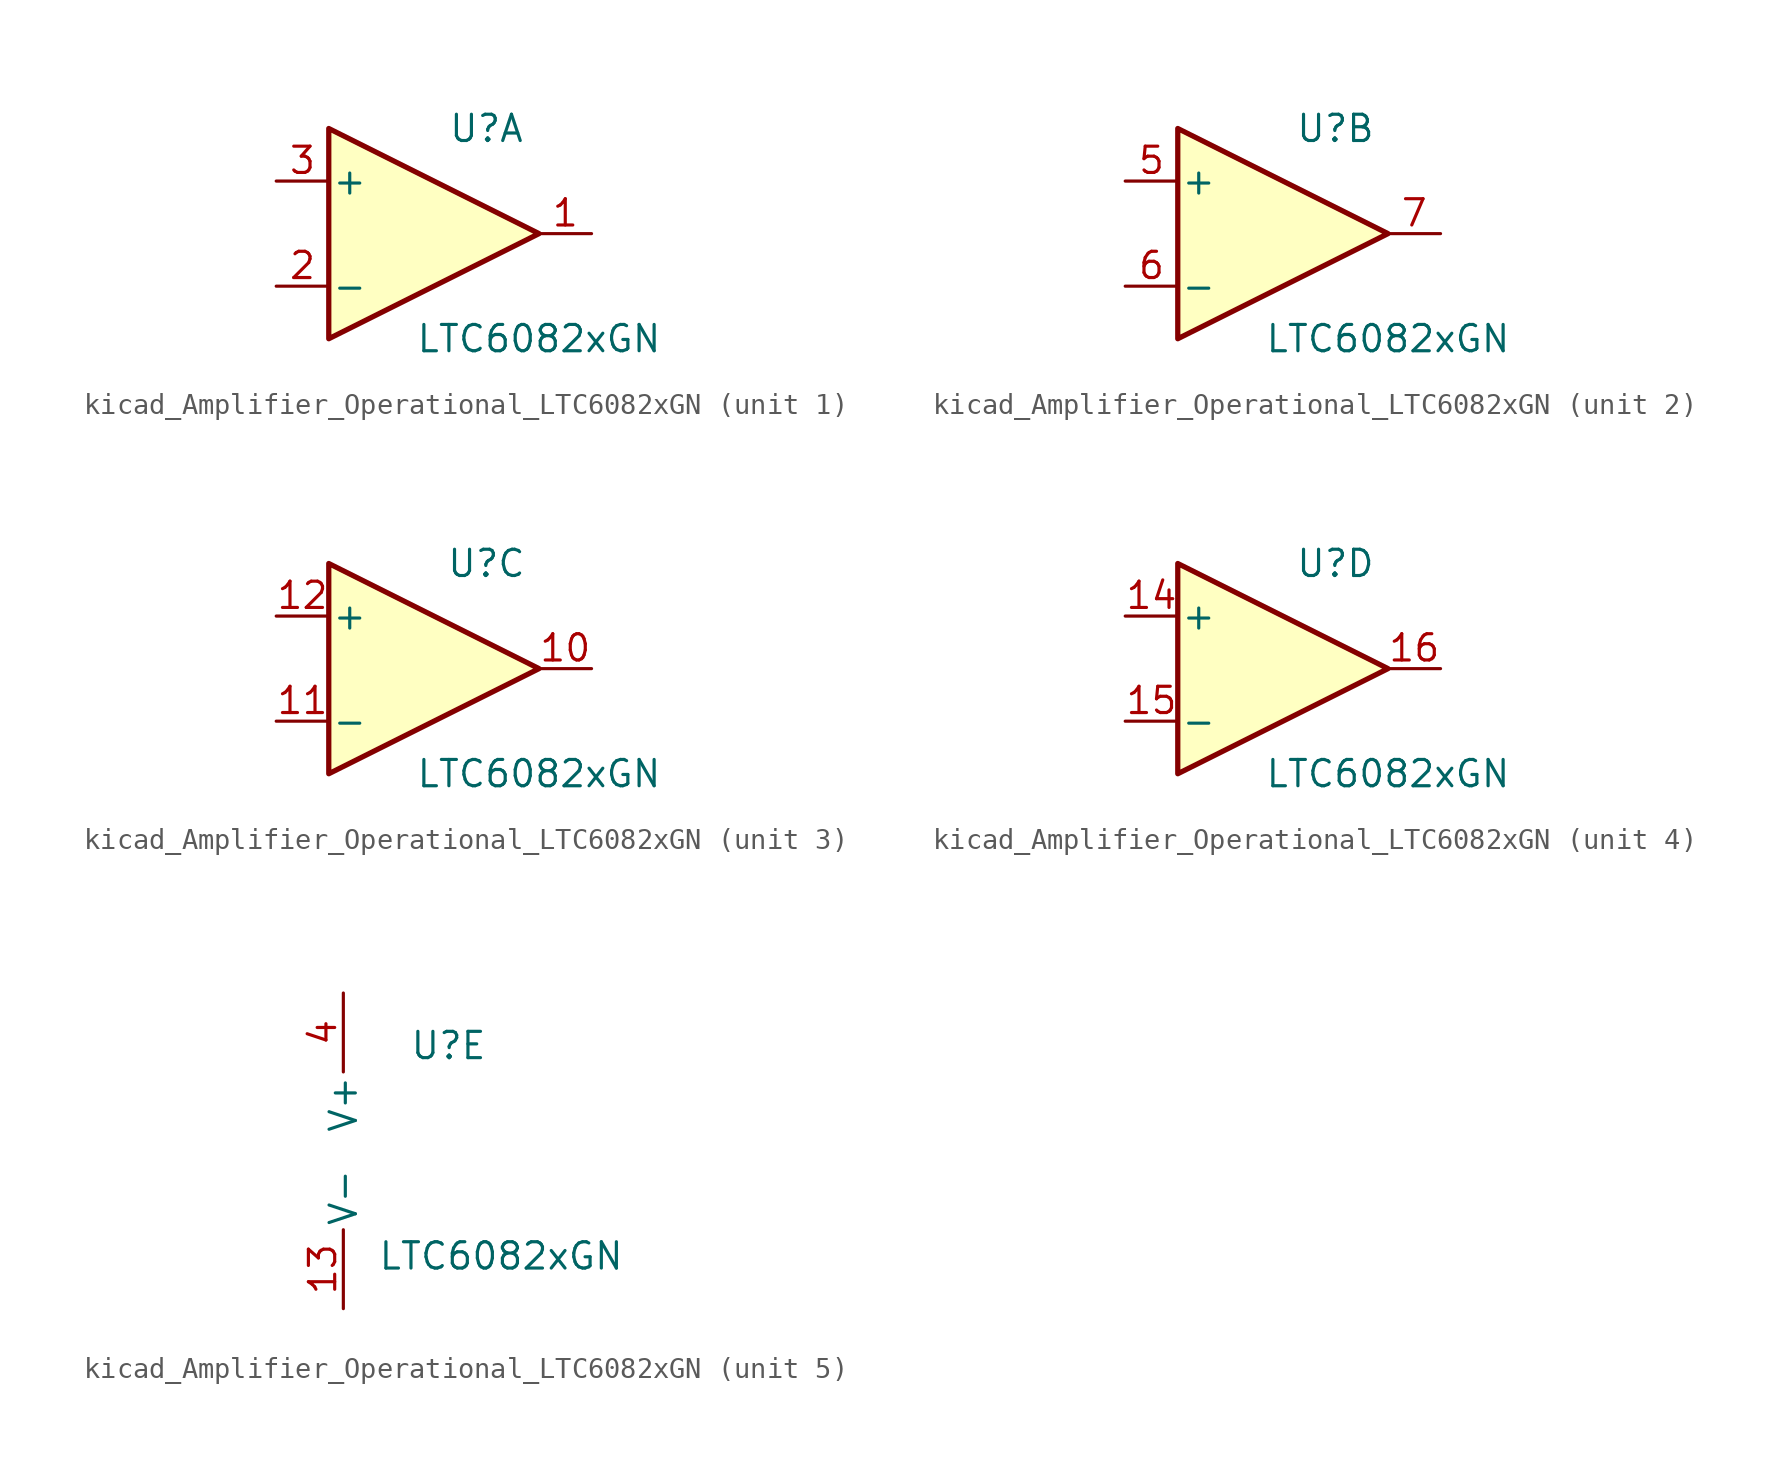
<source format=kicad_sym>
(kicad_symbol_lib
  (version 20220914)
  (generator kicad_symbol_editor)
  (symbol "kicad_Amplifier_Operational_LTC6082xGN"
    (pin_names
      (offset 0.127))
    (property "Reference" "U"
      (at 2.54 5.08 0)
      (effects (font (size 1.27 1.27))))
    (property "Value" "LTC6082xGN"
      (at 5.08 -5.08 0)
      (effects (font (size 1.27 1.27))))
    (property "ki_locked" ""
      (at 0 0 0)
      (effects (font (size 1.27 1.27))))
    (symbol "kicad_Amplifier_Operational_LTC6082xGN_1_1"
      (polyline (pts (xy -5.08 5.08) (xy 5.08 0) (xy -5.08 -5.08) (xy -5.08 5.08)) (stroke (width 0.254) (type default)) (fill (type background)))
      (pin output line (at 7.62 0 180) (length 2.54) (name "~" (effects (font (size 1.27 1.27)))) (number "1" (effects (font (size 1.27 1.27)))))
      (pin input line (at -7.62 -2.54 0) (length 2.54) (name "-" (effects (font (size 1.27 1.27)))) (number "2" (effects (font (size 1.27 1.27)))))
      (pin input line (at -7.62 2.54 0) (length 2.54) (name "+" (effects (font (size 1.27 1.27)))) (number "3" (effects (font (size 1.27 1.27)))))
      (pin no_connect line (at -2.54 -2.54 90) (length 2.54) hide (name "NC" (effects (font (size 1.27 1.27)))) (number "8" (effects (font (size 1.27 1.27)))))
      (pin no_connect line (at 0 -2.54 90) (length 2.54) hide (name "NC" (effects (font (size 1.27 1.27)))) (number "9" (effects (font (size 1.27 1.27))))))
    (symbol "kicad_Amplifier_Operational_LTC6082xGN_2_1"
      (polyline (pts (xy -5.08 5.08) (xy 5.08 0) (xy -5.08 -5.08) (xy -5.08 5.08)) (stroke (width 0.254) (type default)) (fill (type background)))
      (pin input line (at -7.62 2.54 0) (length 2.54) (name "+" (effects (font (size 1.27 1.27)))) (number "5" (effects (font (size 1.27 1.27)))))
      (pin input line (at -7.62 -2.54 0) (length 2.54) (name "-" (effects (font (size 1.27 1.27)))) (number "6" (effects (font (size 1.27 1.27)))))
      (pin output line (at 7.62 0 180) (length 2.54) (name "~" (effects (font (size 1.27 1.27)))) (number "7" (effects (font (size 1.27 1.27))))))
    (symbol "kicad_Amplifier_Operational_LTC6082xGN_3_1"
      (polyline (pts (xy -5.08 5.08) (xy 5.08 0) (xy -5.08 -5.08) (xy -5.08 5.08)) (stroke (width 0.254) (type default)) (fill (type background)))
      (pin output line (at 7.62 0 180) (length 2.54) (name "~" (effects (font (size 1.27 1.27)))) (number "10" (effects (font (size 1.27 1.27)))))
      (pin input line (at -7.62 -2.54 0) (length 2.54) (name "-" (effects (font (size 1.27 1.27)))) (number "11" (effects (font (size 1.27 1.27)))))
      (pin input line (at -7.62 2.54 0) (length 2.54) (name "+" (effects (font (size 1.27 1.27)))) (number "12" (effects (font (size 1.27 1.27))))))
    (symbol "kicad_Amplifier_Operational_LTC6082xGN_4_1"
      (polyline (pts (xy -5.08 5.08) (xy 5.08 0) (xy -5.08 -5.08) (xy -5.08 5.08)) (stroke (width 0.254) (type default)) (fill (type background)))
      (pin input line (at -7.62 2.54 0) (length 2.54) (name "+" (effects (font (size 1.27 1.27)))) (number "14" (effects (font (size 1.27 1.27)))))
      (pin input line (at -7.62 -2.54 0) (length 2.54) (name "-" (effects (font (size 1.27 1.27)))) (number "15" (effects (font (size 1.27 1.27)))))
      (pin output line (at 7.62 0 180) (length 2.54) (name "~" (effects (font (size 1.27 1.27)))) (number "16" (effects (font (size 1.27 1.27))))))
    (symbol "kicad_Amplifier_Operational_LTC6082xGN_5_1"
      (pin power_in line (at -2.54 -7.62 90) (length 3.81) (name "V-" (effects (font (size 1.27 1.27)))) (number "13" (effects (font (size 1.27 1.27)))))
      (pin power_in line (at -2.54 7.62 270) (length 3.81) (name "V+" (effects (font (size 1.27 1.27)))) (number "4" (effects (font (size 1.27 1.27))))))))
</source>
